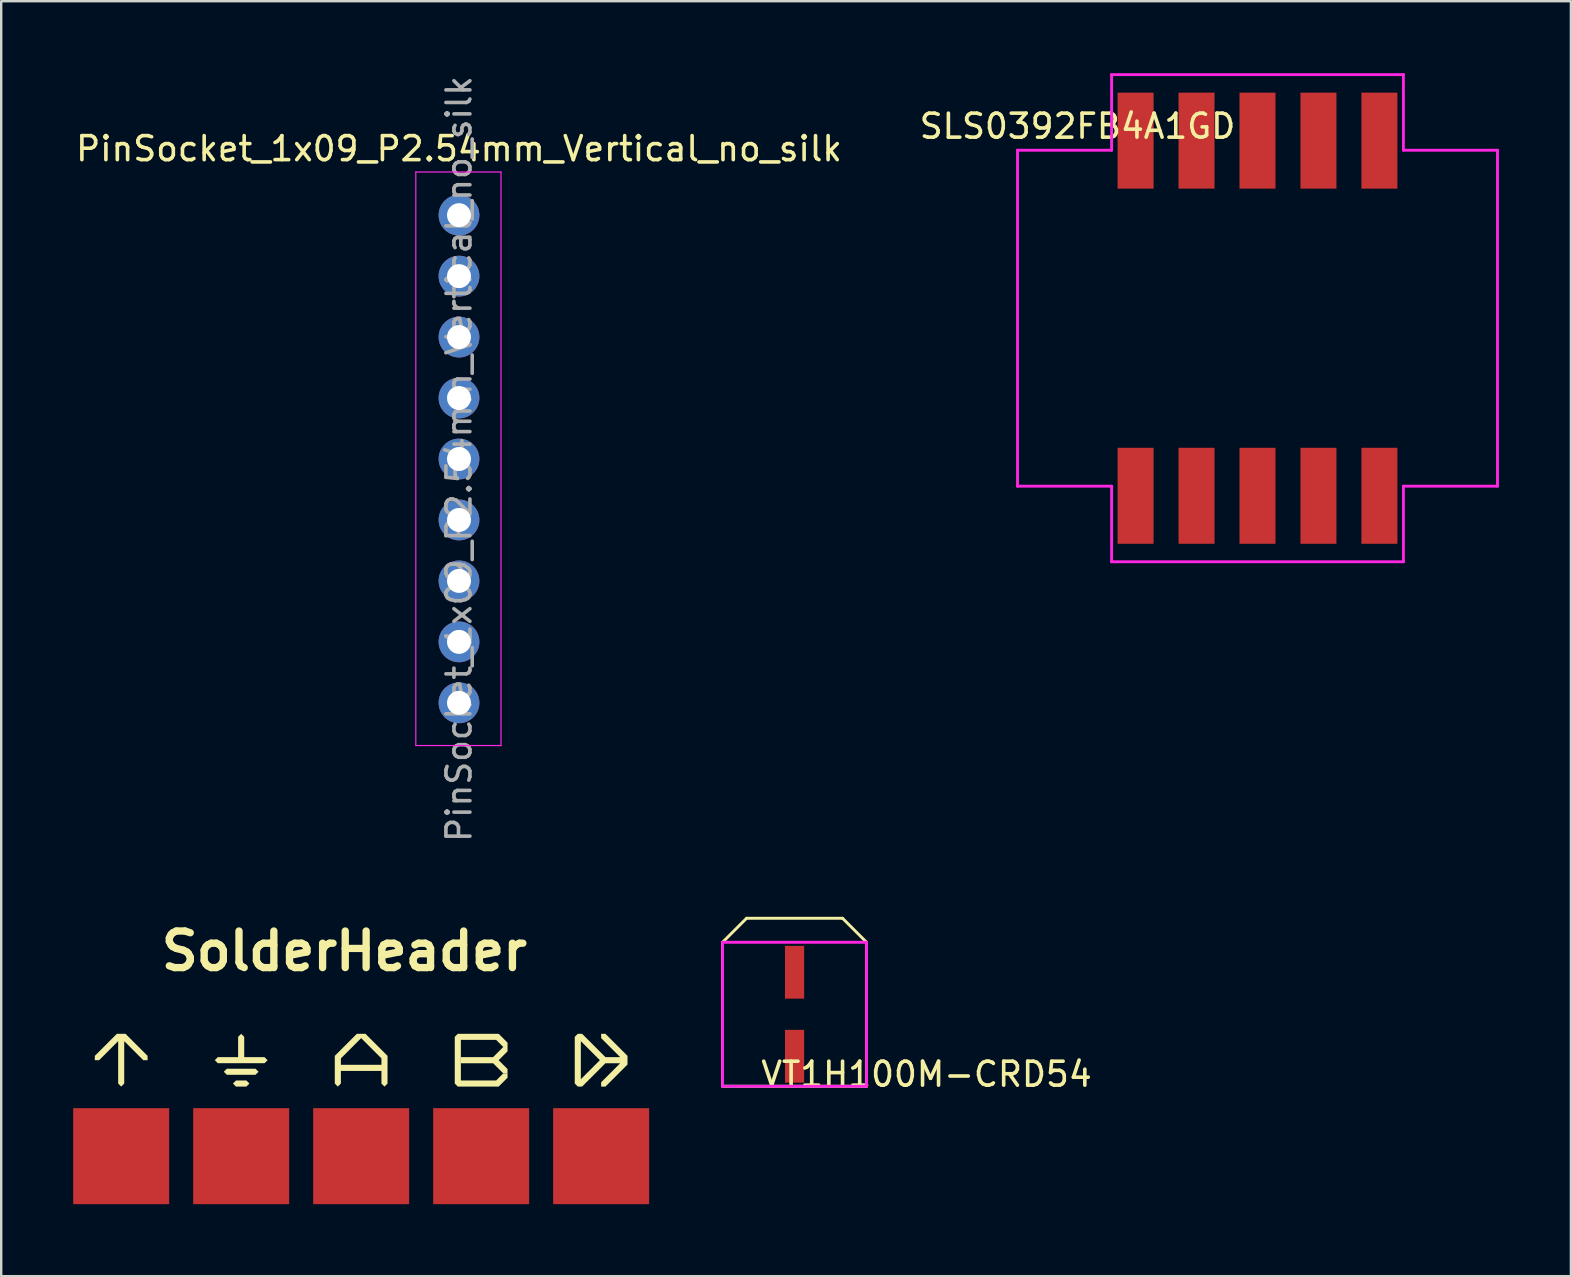
<source format=kicad_pcb>
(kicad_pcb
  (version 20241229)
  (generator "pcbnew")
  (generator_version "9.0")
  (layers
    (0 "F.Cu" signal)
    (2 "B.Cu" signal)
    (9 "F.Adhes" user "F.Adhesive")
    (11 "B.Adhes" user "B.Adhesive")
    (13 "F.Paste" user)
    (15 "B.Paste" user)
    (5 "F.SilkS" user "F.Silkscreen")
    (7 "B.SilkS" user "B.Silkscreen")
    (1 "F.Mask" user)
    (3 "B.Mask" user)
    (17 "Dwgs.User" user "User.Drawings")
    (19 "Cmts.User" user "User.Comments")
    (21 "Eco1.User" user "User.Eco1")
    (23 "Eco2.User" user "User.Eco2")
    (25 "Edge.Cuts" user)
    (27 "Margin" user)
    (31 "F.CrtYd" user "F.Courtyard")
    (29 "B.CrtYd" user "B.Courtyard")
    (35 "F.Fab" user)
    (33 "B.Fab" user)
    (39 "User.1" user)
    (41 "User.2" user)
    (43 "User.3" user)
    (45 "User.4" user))
  (footprint "SolderHeader"
    (layer "F.Cu")
    (at 12 40.929)
    (property "Reference" "SolderHeader" (at -0.7 -4.348 0) (layer "F.SilkS") (effects (font (size 1.524 1.524) (thickness 0.305))))
    (attr smd)
    (fp_poly (pts (xy -5.597 0.555) (xy -5.724 0.682) (xy -5.597 0.809) (xy -4.403 0.809) (xy -4.276 0.682) (xy -4.403 0.555) (xy -5.597 0.555)) (stroke (width 0) (type solid)) (fill yes) (layer "F.SilkS"))
    (fp_poly (pts (xy -5.216 1.046) (xy -5.343 1.173) (xy -5.216 1.3) (xy -4.784 1.3) (xy -4.657 1.173) (xy -4.784 1.046) (xy -5.216 1.046)) (stroke (width 0) (type solid)) (fill yes) (layer "F.SilkS"))
    (fp_poly (pts (xy -5 -0.9) (xy -5.127 -0.773) (xy -5.127 0.073) (xy -5.973 0.073) (xy -6.1 0.2) (xy -5.973 0.326) (xy -4.027 0.326) (xy -3.9 0.2) (xy -4.027 0.073) (xy -4.873 0.073) (xy -4.873 -0.773) (xy -5 -0.9)) (stroke (width 0) (type solid)) (fill yes) (layer "F.SilkS"))
    (fp_poly (pts (xy 4.155 0.327) (xy 5.498 0.327) (xy 5.55 0.379) (xy 5.92 0.749) (xy 6.1 0.75) (xy 6.1 0.57) (xy 5.73 0.2) (xy 6.1 -0.17) (xy 6.1 -0.35) (xy 5.92 -0.35) (xy 5.55 0.021) (xy 5.498 0.073) (xy 4.154 0.073) (xy 4.155 0.327)) (stroke (width 0) (type solid)) (fill yes) (layer "F.SilkS"))
    (fp_poly (pts (xy -10 -0.9) (xy -10.18 -0.9) (xy -11.099 0.02) (xy -11.1 0.2) (xy -10.92 0.2) (xy -10.126 -0.594) (xy -10.126 1.173) (xy -10 1.3) (xy -9.873 1.173) (xy -9.873 -0.593) (xy -9.08 0.2) (xy -8.9 0.2) (xy -8.9 0.02) (xy -9.82 -0.9) (xy -10 -0.9)) (stroke (width 0) (type solid)) (fill yes) (layer "F.SilkS"))
    (fp_poly (pts (xy 4.154 -0.646) (xy 5.625 -0.646) (xy 5.92 -0.351) (xy 6.1 -0.35) (xy 6.1 -0.53) (xy 5.73 -0.9) (xy 5.55 -0.901) (xy 5.55 -0.9) (xy 4.027 -0.9) (xy 3.9 -0.773) (xy 3.9 -0.773) (xy 3.9 1.173) (xy 3.9 1.173) (xy 4.027 1.3) (xy 5.55 1.3) (xy 5.55 1.3) (xy 5.73 1.3) (xy 6.1 0.93) (xy 6.1 0.75) (xy 5.92 0.75) (xy 5.625 1.046) (xy 4.155 1.046) (xy 4.154 -0.646)) (stroke (width 0) (type solid)) (fill yes) (layer "F.SilkS"))
    (fp_poly (pts (xy 9.947 0.2) (xy 9.154 0.993) (xy 9.154 -0.593) (xy 9.947 0.2) (xy 10.179 0.327) (xy 10.793 0.327) (xy 10 1.12) (xy 10 1.3) (xy 10.18 1.3) (xy 11.099 0.38) (xy 11.1 0.2) (xy 11.099 0.02) (xy 10.18 -0.899) (xy 10 -0.9) (xy 10 -0.72) (xy 10.794 0.074) (xy 10.18 0.074) (xy 10.127 0.02) (xy 9.207 -0.9) (xy 9.027 -0.9) (xy 8.9 -0.773) (xy 8.9 1.172) (xy 9.027 1.299) (xy 9.027 1.3) (xy 9.207 1.299) (xy 10.179 0.327) (xy 9.947 0.2)) (stroke (width 0) (type solid)) (fill yes) (layer "F.SilkS"))
    (fp_poly (pts (xy -0.845 0.393) (xy -0.845 0.126) (xy 0.000046 -0.72) (xy 0.845 0.126) (xy 0.845 0.393) (xy -0.845 0.393) (xy -0.845 0.647) (xy 0.845 0.647) (xy 0.845 1.172) (xy 0.972 1.3) (xy 1.099 1.173) (xy 1.099 0.2) (xy 1.1 0.2) (xy 1.099 0.02) (xy 0.973 -0.107) (xy 0.972 -0.107) (xy 0.179 -0.9) (xy 0.001 -0.9) (xy -0.000451 -0.9) (xy -0.179 -0.9) (xy -1.099 0.02) (xy -1.1 0.2) (xy -1.099 0.2) (xy -1.099 1.173) (xy -0.973 1.3) (xy -0.845 1.173) (xy -0.845 0.647) (xy -0.845 0.393)) (stroke (width 0) (type solid)) (fill yes) (layer "F.SilkS"))
    (pad "1" smd rect (at -10 4.2) (size 4 4) (layers "F.Cu" "F.Mask" "F.Paste"))
    (pad "2" smd rect (at -5 4.2) (size 4 4) (layers "F.Cu" "F.Mask" "F.Paste"))
    (pad "3" smd rect (at 0 4.2) (size 4 4) (layers "F.Cu" "F.Mask" "F.Paste"))
    (pad "4" smd rect (at 5 4.2) (size 4 4) (layers "F.Cu" "F.Mask" "F.Paste"))
    (pad "5" smd rect (at 10 4.2) (size 4 4) (layers "F.Cu" "F.Mask" "F.Paste")))
  (footprint "SLS0392FB4A1GD"
    (layer "F.Cu")
    (at 49.351 10.21)
    (property "Reference" "SLS0392FB4A1GD" (at -7.5 -8 180) (layer "F.SilkS") (effects (font (size 1 1) (thickness 0.15))))
    (attr smd)
    (fp_line (start -10 -7) (end -10 7) (stroke (width 0.12) (type solid)) (layer "F.CrtYd"))
    (fp_line (start -10 7) (end -6.08 7) (stroke (width 0.12) (type solid)) (layer "F.CrtYd"))
    (fp_line (start -6.08 -10.15) (end -6.08 -7) (stroke (width 0.12) (type solid)) (layer "F.CrtYd"))
    (fp_line (start -6.08 -7) (end -10 -7) (stroke (width 0.12) (type solid)) (layer "F.CrtYd"))
    (fp_line (start -6.08 7) (end -6.08 10.15) (stroke (width 0.12) (type solid)) (layer "F.CrtYd"))
    (fp_line (start -6.08 10.15) (end 6.08 10.15) (stroke (width 0.12) (type solid)) (layer "F.CrtYd"))
    (fp_line (start 6.08 -10.15) (end -6.08 -10.15) (stroke (width 0.12) (type solid)) (layer "F.CrtYd"))
    (fp_line (start 6.08 -10.15) (end 6.08 -7) (stroke (width 0.12) (type solid)) (layer "F.CrtYd"))
    (fp_line (start 6.08 -7) (end 10 -7) (stroke (width 0.12) (type solid)) (layer "F.CrtYd"))
    (fp_line (start 6.08 7) (end 6.08 10.15) (stroke (width 0.12) (type solid)) (layer "F.CrtYd"))
    (fp_line (start 6.08 7) (end 10 7) (stroke (width 0.12) (type solid)) (layer "F.CrtYd"))
    (fp_line (start 10 -7) (end 10 7) (stroke (width 0.12) (type solid)) (layer "F.CrtYd"))
    (pad "1" smd rect (at -5.08 7.4) (size 1.5 4) (layers "F.Cu" "F.Mask" "F.Paste"))
    (pad "2" smd rect (at -2.54 7.4) (size 1.5 4) (layers "F.Cu" "F.Mask" "F.Paste"))
    (pad "3" smd rect (at 0 7.4) (size 1.5 4) (layers "F.Cu" "F.Mask" "F.Paste"))
    (pad "4" smd rect (at 2.54 7.4) (size 1.5 4) (layers "F.Cu" "F.Mask" "F.Paste"))
    (pad "5" smd rect (at 5.08 7.4) (size 1.5 4) (layers "F.Cu" "F.Mask" "F.Paste"))
    (pad "6" smd rect (at 5.08 -7.4) (size 1.5 4) (layers "F.Cu" "F.Mask" "F.Paste"))
    (pad "7" smd rect (at 2.54 -7.4) (size 1.5 4) (layers "F.Cu" "F.Mask" "F.Paste"))
    (pad "8" smd rect (at 0 -7.4) (size 1.5 4) (layers "F.Cu" "F.Mask" "F.Paste"))
    (pad "9" smd rect (at -2.54 -7.4) (size 1.5 4) (layers "F.Cu" "F.Mask" "F.Paste"))
    (pad "10" smd rect (at -5.08 -7.4) (size 1.5 4) (layers "F.Cu" "F.Mask" "F.Paste")))
  (footprint "VT1H100M-CRD54"
    (layer "F.Cu")
    (at 30.06 39.215)
    (property "Reference" "VT1H100M-CRD54" (at 5.5 2.5 0) (layer "F.SilkS") (effects (font (size 1 1) (thickness 0.15))))
    (attr through_hole)
    (fp_line (start -3 -3) (end -2 -4) (stroke (width 0.12) (type solid)) (layer "F.SilkS"))
    (fp_line (start -3 3) (end -3 -3) (stroke (width 0.12) (type solid)) (layer "F.SilkS"))
    (fp_line (start -2 -4) (end 2 -4) (stroke (width 0.12) (type solid)) (layer "F.SilkS"))
    (fp_line (start 2 -4) (end 3 -3) (stroke (width 0.12) (type solid)) (layer "F.SilkS"))
    (fp_line (start 3 -3) (end 3 3) (stroke (width 0.12) (type solid)) (layer "F.SilkS"))
    (fp_line (start 3 3) (end -3 3) (stroke (width 0.12) (type solid)) (layer "F.SilkS"))
    (fp_line (start -3 -3) (end 3 -3) (stroke (width 0.12) (type solid)) (layer "F.CrtYd"))
    (fp_line (start -3 3) (end -3 -3) (stroke (width 0.12) (type solid)) (layer "F.CrtYd"))
    (fp_line (start 3 -3) (end 3 3) (stroke (width 0.12) (type solid)) (layer "F.CrtYd"))
    (fp_line (start 3 3) (end -3 3) (stroke (width 0.12) (type solid)) (layer "F.CrtYd"))
    (pad "1" smd rect (at 0 -1.75) (size 0.8 2.2) (layers "F.Cu" "F.Mask" "F.Paste"))
    (pad "2" smd rect (at 0 1.75) (size 0.8 2.2) (layers "F.Cu" "F.Mask" "F.Paste")))
  (footprint "PinSocket_1x09_P2.54mm_Vertical_no_silk"
    (layer "F.Cu")
    (at 16.077 5.917)
    (property "Reference" "PinSocket_1x09_P2.54mm_Vertical_no_silk" (at 0 -2.77 180) (layer "F.SilkS") (effects (font (size 1 1) (thickness 0.15))))
    (attr through_hole)
    (fp_line (start -1.8 -1.8) (end 1.75 -1.8) (stroke (width 0.05) (type solid)) (layer "F.CrtYd"))
    (fp_line (start -1.8 22.1) (end -1.8 -1.8) (stroke (width 0.05) (type solid)) (layer "F.CrtYd"))
    (fp_line (start 1.75 -1.8) (end 1.75 22.1) (stroke (width 0.05) (type solid)) (layer "F.CrtYd"))
    (fp_line (start 1.75 22.1) (end -1.8 22.1) (stroke (width 0.05) (type solid)) (layer "F.CrtYd"))
    (fp_text user "${REFERENCE}" (at 0 10.16 270) (layer "F.Fab") (effects (font (size 1 1) (thickness 0.15))))
    (pad "1" thru_hole circle (at 0 0) (size 1.7 1.7) (drill 1) (layers "*.Cu" "*.Mask"))
    (pad "2" thru_hole oval (at 0 2.54) (size 1.7 1.7) (drill 1) (layers "*.Cu" "*.Mask"))
    (pad "3" thru_hole oval (at 0 5.08) (size 1.7 1.7) (drill 1) (layers "*.Cu" "*.Mask"))
    (pad "4" thru_hole oval (at 0 7.62) (size 1.7 1.7) (drill 1) (layers "*.Cu" "*.Mask"))
    (pad "5" thru_hole oval (at 0 10.16) (size 1.7 1.7) (drill 1) (layers "*.Cu" "*.Mask"))
    (pad "6" thru_hole oval (at 0 12.7) (size 1.7 1.7) (drill 1) (layers "*.Cu" "*.Mask"))
    (pad "7" thru_hole oval (at 0 15.24) (size 1.7 1.7) (drill 1) (layers "*.Cu" "*.Mask"))
    (pad "8" thru_hole oval (at 0 17.78) (size 1.7 1.7) (drill 1) (layers "*.Cu" "*.Mask"))
    (pad "9" thru_hole oval (at 0 20.32) (size 1.7 1.7) (drill 1) (layers "*.Cu" "*.Mask")))
  (gr_rect
    (start -3 -3)
    (end 62.411 50.129)
    (stroke (width 0.1) (type default))
    (fill no)
    (layer "Edge.Cuts")))
</source>
